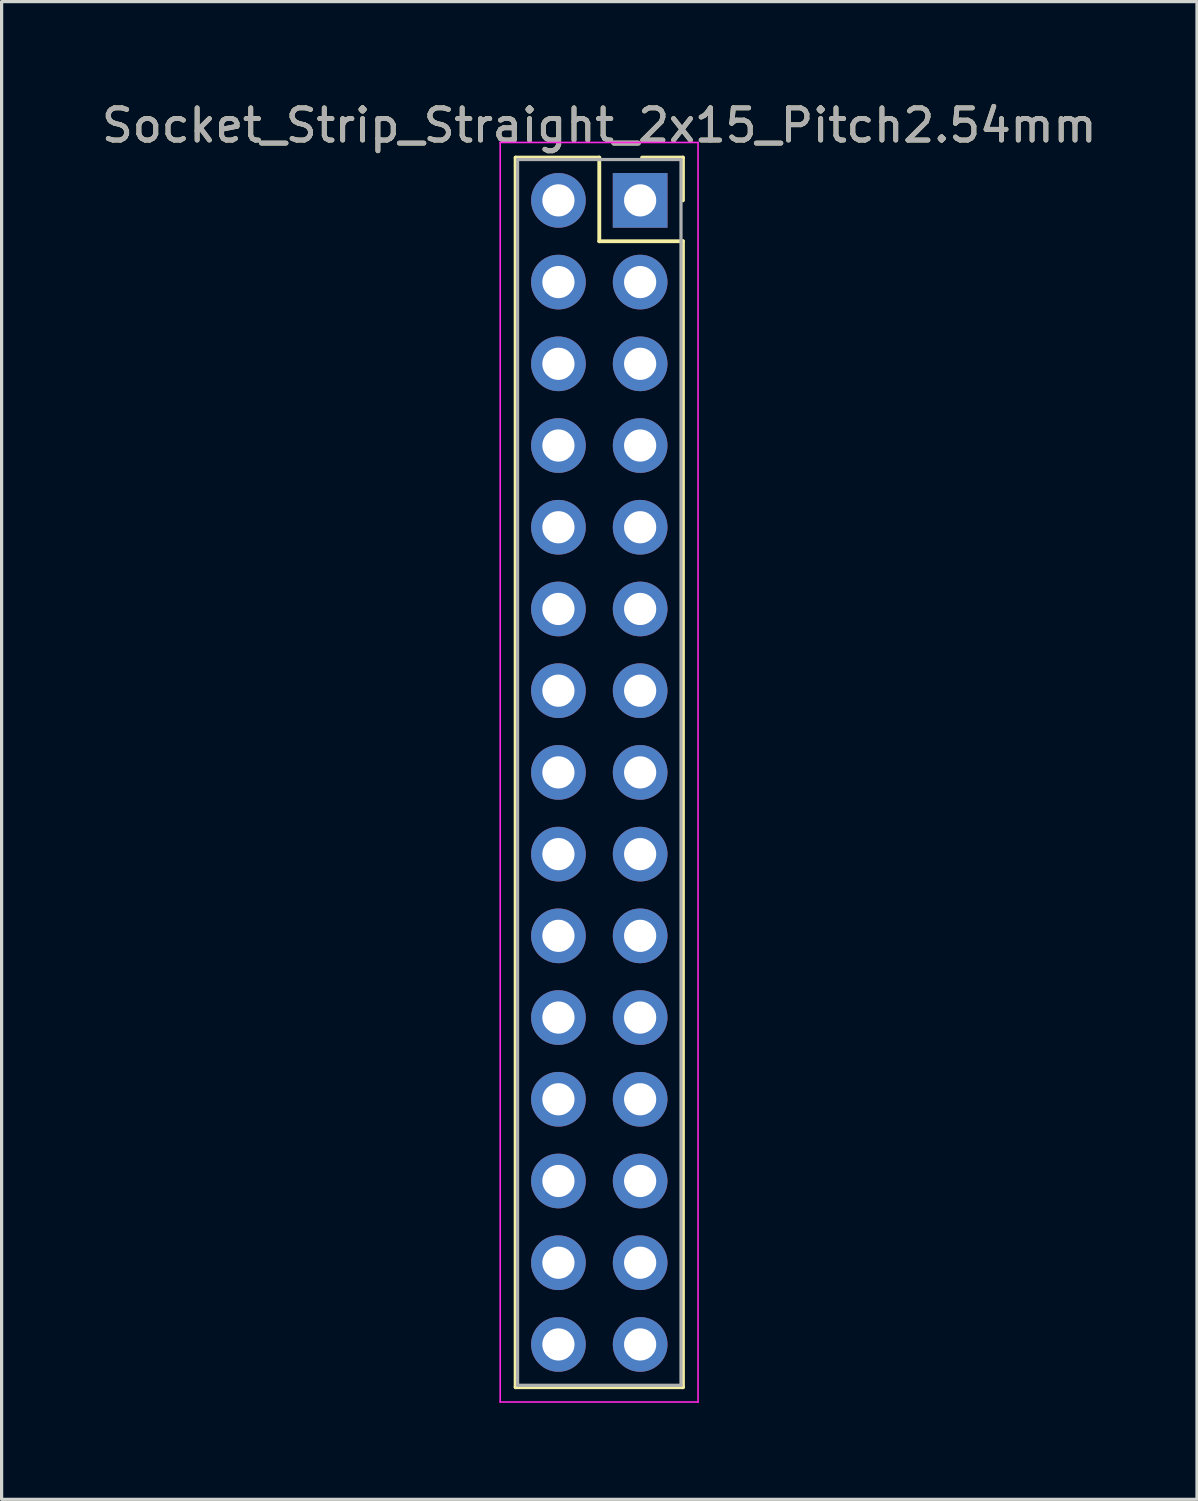
<source format=kicad_pcb>
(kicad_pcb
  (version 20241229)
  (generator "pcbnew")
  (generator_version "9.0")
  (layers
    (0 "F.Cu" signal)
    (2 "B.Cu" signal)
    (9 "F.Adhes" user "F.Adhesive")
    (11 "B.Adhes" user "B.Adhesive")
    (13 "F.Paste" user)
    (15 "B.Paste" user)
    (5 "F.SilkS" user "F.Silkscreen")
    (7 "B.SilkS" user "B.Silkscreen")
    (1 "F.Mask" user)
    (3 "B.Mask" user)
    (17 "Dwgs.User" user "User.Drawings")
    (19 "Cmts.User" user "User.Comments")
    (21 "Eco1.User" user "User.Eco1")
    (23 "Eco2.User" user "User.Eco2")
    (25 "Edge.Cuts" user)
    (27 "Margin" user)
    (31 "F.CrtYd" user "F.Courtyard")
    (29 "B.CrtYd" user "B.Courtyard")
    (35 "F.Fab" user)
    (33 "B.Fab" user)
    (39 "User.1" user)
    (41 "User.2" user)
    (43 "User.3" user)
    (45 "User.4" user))
  (footprint "Socket_Strip_Straight_2x15_Pitch2.54mm"
    (layer "F.Cu")
    (at 16.847 3.178)
    (property "Reference" "Socket_Strip_Straight_2x15_Pitch2.54mm" (at -1.27 -2.33 0) (layer "F.SilkS") (effects (font (size 1 1) (thickness 0.15))))
    (attr through_hole)
    (fp_line (start -3.87 -1.33) (end -1.27 -1.33) (stroke (width 0.12) (type solid)) (layer "F.SilkS"))
    (fp_line (start -3.87 36.89) (end -3.87 -1.33) (stroke (width 0.12) (type solid)) (layer "F.SilkS"))
    (fp_line (start -1.27 -1.33) (end -1.27 1.27) (stroke (width 0.12) (type solid)) (layer "F.SilkS"))
    (fp_line (start -1.27 1.27) (end 1.33 1.27) (stroke (width 0.12) (type solid)) (layer "F.SilkS"))
    (fp_line (start 1.33 -1.33) (end 0.06 -1.33) (stroke (width 0.12) (type solid)) (layer "F.SilkS"))
    (fp_line (start 1.33 0) (end 1.33 -1.33) (stroke (width 0.12) (type solid)) (layer "F.SilkS"))
    (fp_line (start 1.33 1.27) (end 1.33 36.89) (stroke (width 0.12) (type solid)) (layer "F.SilkS"))
    (fp_line (start 1.33 36.89) (end -3.87 36.89) (stroke (width 0.12) (type solid)) (layer "F.SilkS"))
    (fp_line (start -4.35 -1.8) (end -4.35 37.35) (stroke (width 0.05) (type solid)) (layer "F.CrtYd"))
    (fp_line (start -4.35 37.35) (end 1.8 37.35) (stroke (width 0.05) (type solid)) (layer "F.CrtYd"))
    (fp_line (start 1.8 -1.8) (end -4.35 -1.8) (stroke (width 0.05) (type solid)) (layer "F.CrtYd"))
    (fp_line (start 1.8 37.35) (end 1.8 -1.8) (stroke (width 0.05) (type solid)) (layer "F.CrtYd"))
    (fp_line (start -3.81 -1.27) (end -3.81 36.83) (stroke (width 0.1) (type solid)) (layer "F.Fab"))
    (fp_line (start -3.81 36.83) (end 1.27 36.83) (stroke (width 0.1) (type solid)) (layer "F.Fab"))
    (fp_line (start 1.27 -1.27) (end -3.81 -1.27) (stroke (width 0.1) (type solid)) (layer "F.Fab"))
    (fp_line (start 1.27 36.83) (end 1.27 -1.27) (stroke (width 0.1) (type solid)) (layer "F.Fab"))
    (fp_text user "${REFERENCE}" (at -1.27 -2.33 0) (layer "F.Fab") (effects (font (size 1 1) (thickness 0.15))))
    (pad "1" thru_hole rect (at 0 0) (size 1.7 1.7) (drill 1) (layers "*.Cu" "*.Mask"))
    (pad "2" thru_hole oval (at -2.54 0) (size 1.7 1.7) (drill 1) (layers "*.Cu" "*.Mask"))
    (pad "3" thru_hole oval (at 0 2.54) (size 1.7 1.7) (drill 1) (layers "*.Cu" "*.Mask"))
    (pad "4" thru_hole oval (at -2.54 2.54) (size 1.7 1.7) (drill 1) (layers "*.Cu" "*.Mask"))
    (pad "5" thru_hole oval (at 0 5.08) (size 1.7 1.7) (drill 1) (layers "*.Cu" "*.Mask"))
    (pad "6" thru_hole oval (at -2.54 5.08) (size 1.7 1.7) (drill 1) (layers "*.Cu" "*.Mask"))
    (pad "7" thru_hole oval (at 0 7.62) (size 1.7 1.7) (drill 1) (layers "*.Cu" "*.Mask"))
    (pad "8" thru_hole oval (at -2.54 7.62) (size 1.7 1.7) (drill 1) (layers "*.Cu" "*.Mask"))
    (pad "9" thru_hole oval (at 0 10.16) (size 1.7 1.7) (drill 1) (layers "*.Cu" "*.Mask"))
    (pad "10" thru_hole oval (at -2.54 10.16) (size 1.7 1.7) (drill 1) (layers "*.Cu" "*.Mask"))
    (pad "11" thru_hole oval (at 0 12.7) (size 1.7 1.7) (drill 1) (layers "*.Cu" "*.Mask"))
    (pad "12" thru_hole oval (at -2.54 12.7) (size 1.7 1.7) (drill 1) (layers "*.Cu" "*.Mask"))
    (pad "13" thru_hole oval (at 0 15.24) (size 1.7 1.7) (drill 1) (layers "*.Cu" "*.Mask"))
    (pad "14" thru_hole oval (at -2.54 15.24) (size 1.7 1.7) (drill 1) (layers "*.Cu" "*.Mask"))
    (pad "15" thru_hole oval (at 0 17.78) (size 1.7 1.7) (drill 1) (layers "*.Cu" "*.Mask"))
    (pad "16" thru_hole oval (at -2.54 17.78) (size 1.7 1.7) (drill 1) (layers "*.Cu" "*.Mask"))
    (pad "17" thru_hole oval (at 0 20.32) (size 1.7 1.7) (drill 1) (layers "*.Cu" "*.Mask"))
    (pad "18" thru_hole oval (at -2.54 20.32) (size 1.7 1.7) (drill 1) (layers "*.Cu" "*.Mask"))
    (pad "19" thru_hole oval (at 0 22.86) (size 1.7 1.7) (drill 1) (layers "*.Cu" "*.Mask"))
    (pad "20" thru_hole oval (at -2.54 22.86) (size 1.7 1.7) (drill 1) (layers "*.Cu" "*.Mask"))
    (pad "21" thru_hole oval (at 0 25.4) (size 1.7 1.7) (drill 1) (layers "*.Cu" "*.Mask"))
    (pad "22" thru_hole oval (at -2.54 25.4) (size 1.7 1.7) (drill 1) (layers "*.Cu" "*.Mask"))
    (pad "23" thru_hole oval (at 0 27.94) (size 1.7 1.7) (drill 1) (layers "*.Cu" "*.Mask"))
    (pad "24" thru_hole oval (at -2.54 27.94) (size 1.7 1.7) (drill 1) (layers "*.Cu" "*.Mask"))
    (pad "25" thru_hole oval (at 0 30.48) (size 1.7 1.7) (drill 1) (layers "*.Cu" "*.Mask"))
    (pad "26" thru_hole oval (at -2.54 30.48) (size 1.7 1.7) (drill 1) (layers "*.Cu" "*.Mask"))
    (pad "27" thru_hole oval (at 0 33.02) (size 1.7 1.7) (drill 1) (layers "*.Cu" "*.Mask"))
    (pad "28" thru_hole oval (at -2.54 33.02) (size 1.7 1.7) (drill 1) (layers "*.Cu" "*.Mask"))
    (pad "29" thru_hole oval (at 0 35.56) (size 1.7 1.7) (drill 1) (layers "*.Cu" "*.Mask"))
    (pad "30" thru_hole oval (at -2.54 35.56) (size 1.7 1.7) (drill 1) (layers "*.Cu" "*.Mask")))
  (gr_rect
    (start -3 -3)
    (end 34.155 43.553)
    (stroke (width 0.1) (type default))
    (fill no)
    (layer "Edge.Cuts")))
</source>
